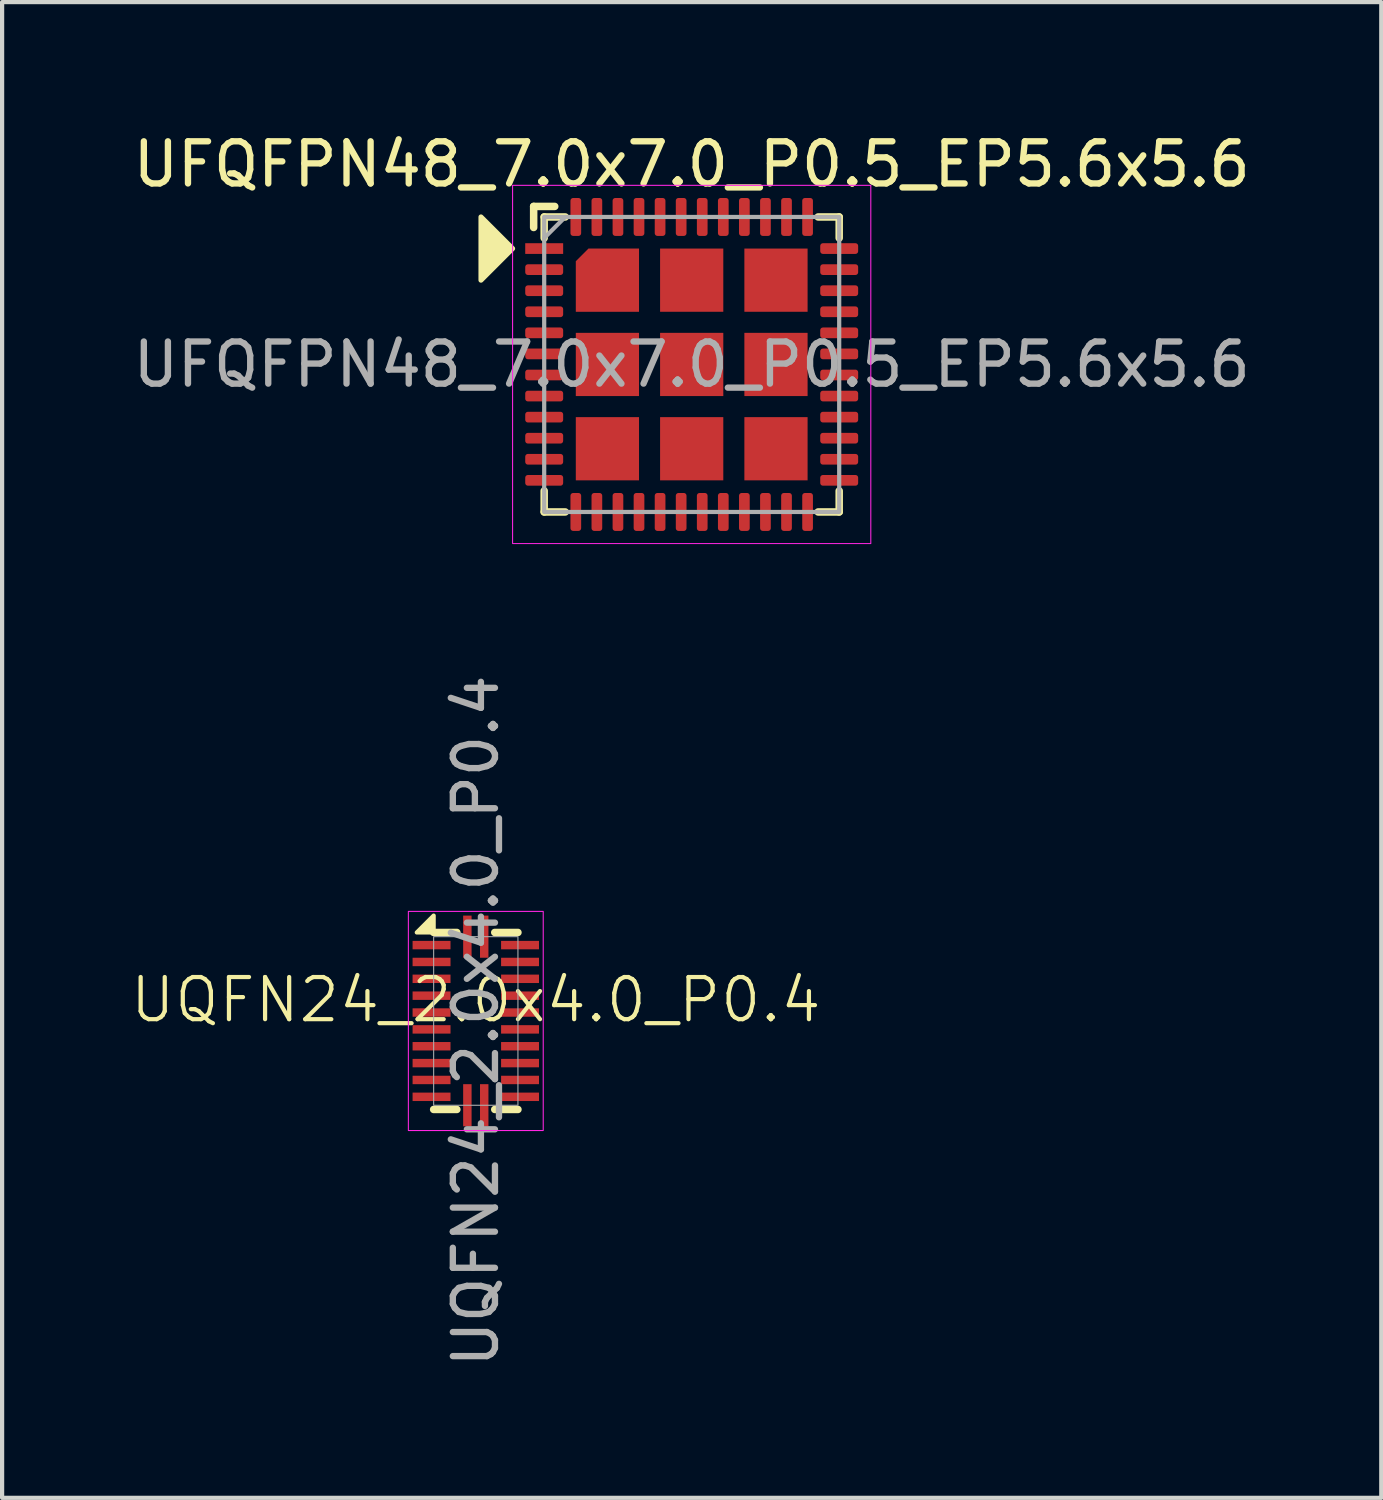
<source format=kicad_pcb>
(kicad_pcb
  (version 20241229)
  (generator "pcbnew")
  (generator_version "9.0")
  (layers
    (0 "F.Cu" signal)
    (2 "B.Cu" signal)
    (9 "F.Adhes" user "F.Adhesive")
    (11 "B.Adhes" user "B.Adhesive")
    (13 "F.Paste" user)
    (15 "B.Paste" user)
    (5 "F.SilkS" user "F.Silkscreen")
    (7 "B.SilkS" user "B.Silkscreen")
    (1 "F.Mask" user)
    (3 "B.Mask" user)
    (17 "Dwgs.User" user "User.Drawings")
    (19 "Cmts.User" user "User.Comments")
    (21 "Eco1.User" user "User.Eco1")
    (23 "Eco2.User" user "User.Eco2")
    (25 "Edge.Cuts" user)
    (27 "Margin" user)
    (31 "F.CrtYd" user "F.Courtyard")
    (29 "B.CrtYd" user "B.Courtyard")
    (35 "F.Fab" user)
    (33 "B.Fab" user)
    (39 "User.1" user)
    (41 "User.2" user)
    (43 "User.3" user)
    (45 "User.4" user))
  (footprint "UQFN24_2.0x4.0_P0.4"
    (layer "F.Cu")
    (at 8.24 21.176)
    (property "Reference" "UQFN24_2.0x4.0_P0.4" (at 0 -0.5 0) (unlocked yes) (layer "F.SilkS") (effects (font (size 1 1) (thickness 0.1))))
    (attr smd)
    (fp_line (start -1 -2.1) (end -0.45 -2.1) (stroke (width 0.178) (type solid)) (layer "F.SilkS"))
    (fp_line (start -1 2.1) (end -0.45 2.1) (stroke (width 0.178) (type solid)) (layer "F.SilkS"))
    (fp_line (start 0.45 -2.1) (end 1 -2.1) (stroke (width 0.178) (type solid)) (layer "F.SilkS"))
    (fp_line (start 0.45 2.1) (end 1 2.1) (stroke (width 0.178) (type solid)) (layer "F.SilkS"))
    (fp_poly (pts (xy -1 -2.1) (xy -1 -2.5) (xy -1.4 -2.1)) (stroke (width 0.1) (type solid)) (fill yes) (layer "F.SilkS"))
    (fp_rect (start -1.6 -2.6) (end 1.6 2.6) (stroke (width 0.025) (type solid)) (fill no) (layer "F.CrtYd"))
    (fp_rect (start -1 -2) (end 1 2) (stroke (width 0.025) (type solid)) (fill no) (layer "F.Fab"))
    (fp_text user "${REFERENCE}" (at 0 0 90) (unlocked yes) (layer "F.Fab") (effects (font (size 1 1) (thickness 0.15))))
    (pad "1" smd rect (at -1.05 -1.8) (size 0.9 0.2) (layers "F.Cu" "F.Mask" "F.Paste"))
    (pad "2" smd rect (at -1.05 -1.4) (size 0.9 0.2) (layers "F.Cu" "F.Mask" "F.Paste"))
    (pad "3" smd rect (at -1.05 -1) (size 0.9 0.2) (layers "F.Cu" "F.Mask" "F.Paste"))
    (pad "4" smd rect (at -1.05 -0.6) (size 0.9 0.2) (layers "F.Cu" "F.Mask" "F.Paste"))
    (pad "5" smd rect (at -1.05 -0.2) (size 0.9 0.2) (layers "F.Cu" "F.Mask" "F.Paste"))
    (pad "6" smd rect (at -1.05 0.2) (size 0.9 0.2) (layers "F.Cu" "F.Mask" "F.Paste"))
    (pad "7" smd rect (at -1.05 0.6) (size 0.9 0.2) (layers "F.Cu" "F.Mask" "F.Paste"))
    (pad "8" smd rect (at -1.05 1) (size 0.9 0.2) (layers "F.Cu" "F.Mask" "F.Paste"))
    (pad "9" smd rect (at -1.05 1.4) (size 0.9 0.2) (layers "F.Cu" "F.Mask" "F.Paste"))
    (pad "10" smd rect (at -1.05 1.8) (size 0.9 0.2) (layers "F.Cu" "F.Mask" "F.Paste"))
    (pad "11" smd rect (at -0.2 2) (size 0.2 1) (layers "F.Cu" "F.Mask" "F.Paste"))
    (pad "12" smd rect (at 0.2 2) (size 0.2 1) (layers "F.Cu" "F.Mask" "F.Paste"))
    (pad "13" smd rect (at 1.05 1.8) (size 0.9 0.2) (layers "F.Cu" "F.Mask" "F.Paste"))
    (pad "14" smd rect (at 1.05 1.4) (size 0.9 0.2) (layers "F.Cu" "F.Mask" "F.Paste"))
    (pad "15" smd rect (at 1.05 1) (size 0.9 0.2) (layers "F.Cu" "F.Mask" "F.Paste"))
    (pad "16" smd rect (at 1.05 0.6) (size 0.9 0.2) (layers "F.Cu" "F.Mask" "F.Paste"))
    (pad "17" smd rect (at 1.05 0.2) (size 0.9 0.2) (layers "F.Cu" "F.Mask" "F.Paste"))
    (pad "18" smd rect (at 1.05 -0.2) (size 0.9 0.2) (layers "F.Cu" "F.Mask" "F.Paste"))
    (pad "19" smd rect (at 1.05 -0.6) (size 0.9 0.2) (layers "F.Cu" "F.Mask" "F.Paste"))
    (pad "20" smd rect (at 1.05 -1) (size 0.9 0.2) (layers "F.Cu" "F.Mask" "F.Paste"))
    (pad "21" smd rect (at 1.05 -1.4) (size 0.9 0.2) (layers "F.Cu" "F.Mask" "F.Paste"))
    (pad "22" smd rect (at 1.05 -1.8) (size 0.9 0.2) (layers "F.Cu" "F.Mask" "F.Paste"))
    (pad "23" smd rect (at 0.2 -2) (size 0.2 1) (layers "F.Cu" "F.Mask" "F.Paste"))
    (pad "24" smd rect (at -0.2 -2) (size 0.2 1) (layers "F.Cu" "F.Mask" "F.Paste")))
  (footprint "UFQFPN48_7.0x7.0_P0.5_EP5.6x5.6"
    (layer "F.Cu")
    (at 13.363 5.598)
    (property "Reference" "UFQFPN48_7.0x7.0_P0.5_EP5.6x5.6" (at 0 -4.75 0) (unlocked yes) (layer "F.SilkS") (effects (font (size 1 1) (thickness 0.15))))
    (attr smd)
    (fp_line (start -3.75 -3.75) (end -3.25 -3.75) (stroke (width 0.178) (type solid)) (layer "F.SilkS"))
    (fp_line (start -3.75 -3.25) (end -3.75 -3.75) (stroke (width 0.178) (type solid)) (layer "F.SilkS"))
    (fp_line (start -3.5 -3.5) (end -3 -3.5) (stroke (width 0.178) (type solid)) (layer "F.SilkS"))
    (fp_line (start -3.5 -3) (end -3.5 -3.5) (stroke (width 0.178) (type solid)) (layer "F.SilkS"))
    (fp_line (start -3.5 3) (end -3.5 3.5) (stroke (width 0.178) (type solid)) (layer "F.SilkS"))
    (fp_line (start -3.5 3.5) (end -3 3.5) (stroke (width 0.178) (type solid)) (layer "F.SilkS"))
    (fp_line (start 3 3.5) (end 3.5 3.5) (stroke (width 0.178) (type solid)) (layer "F.SilkS"))
    (fp_line (start 3.5 -3.5) (end 3 -3.5) (stroke (width 0.178) (type solid)) (layer "F.SilkS"))
    (fp_line (start 3.5 -3) (end 3.5 -3.5) (stroke (width 0.178) (type solid)) (layer "F.SilkS"))
    (fp_line (start 3.5 3.5) (end 3.5 3) (stroke (width 0.178) (type solid)) (layer "F.SilkS"))
    (fp_poly (pts (xy -4.25 -2.75) (xy -5 -2) (xy -5 -3.5)) (stroke (width 0.12) (type solid)) (fill yes) (layer "F.SilkS"))
    (fp_rect (start -4.25 -4.25) (end 4.25 4.25) (stroke (width 0.025) (type solid)) (fill no) (layer "F.CrtYd"))
    (fp_line (start -3.5 -3) (end -3 -3.5) (stroke (width 0.1) (type solid)) (layer "F.Fab"))
    (fp_rect (start -3.5 -3.5) (end 3.5 3.5) (stroke (width 0.1) (type solid)) (fill no) (layer "F.Fab"))
    (fp_text user "${REFERENCE}" (at 0 0 0) (unlocked yes) (layer "F.Fab") (effects (font (size 1 1) (thickness 0.15))))
    (pad "1" smd rect (at -3.5 -2.75) (size 0.9 0.254) (layers "F.Cu" "F.Mask" "F.Paste"))
    (pad "2" smd roundrect (at -3.5 -2.25) (size 0.9 0.254) (layers "F.Cu" "F.Mask" "F.Paste") (roundrect_rratio 0.25))
    (pad "3" smd roundrect (at -3.5 -1.75) (size 0.9 0.254) (layers "F.Cu" "F.Mask" "F.Paste") (roundrect_rratio 0.25))
    (pad "4" smd roundrect (at -3.5 -1.25) (size 0.9 0.254) (layers "F.Cu" "F.Mask" "F.Paste") (roundrect_rratio 0.25))
    (pad "5" smd roundrect (at -3.5 -0.75) (size 0.9 0.254) (layers "F.Cu" "F.Mask" "F.Paste") (roundrect_rratio 0.25))
    (pad "6" smd roundrect (at -3.5 -0.25) (size 0.9 0.254) (layers "F.Cu" "F.Mask" "F.Paste") (roundrect_rratio 0.25))
    (pad "7" smd roundrect (at -3.5 0.25) (size 0.9 0.254) (layers "F.Cu" "F.Mask" "F.Paste") (roundrect_rratio 0.25))
    (pad "8" smd roundrect (at -3.5 0.75) (size 0.9 0.254) (layers "F.Cu" "F.Mask" "F.Paste") (roundrect_rratio 0.25))
    (pad "9" smd roundrect (at -3.5 1.25) (size 0.9 0.254) (layers "F.Cu" "F.Mask" "F.Paste") (roundrect_rratio 0.25))
    (pad "10" smd roundrect (at -3.5 1.75) (size 0.9 0.254) (layers "F.Cu" "F.Mask" "F.Paste") (roundrect_rratio 0.25))
    (pad "11" smd roundrect (at -3.5 2.25) (size 0.9 0.254) (layers "F.Cu" "F.Mask" "F.Paste") (roundrect_rratio 0.25))
    (pad "12" smd roundrect (at -3.5 2.75) (size 0.9 0.254) (layers "F.Cu" "F.Mask" "F.Paste") (roundrect_rratio 0.25))
    (pad "13" smd roundrect (at -2.75 3.5) (size 0.254 0.9) (layers "F.Cu" "F.Mask" "F.Paste") (roundrect_rratio 0.25))
    (pad "14" smd roundrect (at -2.25 3.5) (size 0.254 0.9) (layers "F.Cu" "F.Mask" "F.Paste") (roundrect_rratio 0.25))
    (pad "15" smd roundrect (at -1.75 3.5) (size 0.254 0.9) (layers "F.Cu" "F.Mask" "F.Paste") (roundrect_rratio 0.25))
    (pad "16" smd roundrect (at -1.25 3.5) (size 0.254 0.9) (layers "F.Cu" "F.Mask" "F.Paste") (roundrect_rratio 0.25))
    (pad "17" smd roundrect (at -0.75 3.5) (size 0.254 0.9) (layers "F.Cu" "F.Mask" "F.Paste") (roundrect_rratio 0.25))
    (pad "18" smd roundrect (at -0.25 3.5) (size 0.254 0.9) (layers "F.Cu" "F.Mask" "F.Paste") (roundrect_rratio 0.25))
    (pad "19" smd roundrect (at 0.25 3.5) (size 0.254 0.9) (layers "F.Cu" "F.Mask" "F.Paste") (roundrect_rratio 0.25))
    (pad "20" smd roundrect (at 0.75 3.5) (size 0.254 0.9) (layers "F.Cu" "F.Mask" "F.Paste") (roundrect_rratio 0.25))
    (pad "21" smd roundrect (at 1.25 3.5) (size 0.254 0.9) (layers "F.Cu" "F.Mask" "F.Paste") (roundrect_rratio 0.25))
    (pad "22" smd roundrect (at 1.75 3.5) (size 0.254 0.9) (layers "F.Cu" "F.Mask" "F.Paste") (roundrect_rratio 0.25))
    (pad "23" smd roundrect (at 2.25 3.5) (size 0.254 0.9) (layers "F.Cu" "F.Mask" "F.Paste") (roundrect_rratio 0.25))
    (pad "24" smd roundrect (at 2.75 3.5) (size 0.254 0.9) (layers "F.Cu" "F.Mask" "F.Paste") (roundrect_rratio 0.25))
    (pad "25" smd roundrect (at 3.5 2.75) (size 0.9 0.254) (layers "F.Cu" "F.Mask" "F.Paste") (roundrect_rratio 0.25))
    (pad "26" smd roundrect (at 3.5 2.25) (size 0.9 0.254) (layers "F.Cu" "F.Mask" "F.Paste") (roundrect_rratio 0.25))
    (pad "27" smd roundrect (at 3.5 1.75) (size 0.9 0.254) (layers "F.Cu" "F.Mask" "F.Paste") (roundrect_rratio 0.25))
    (pad "28" smd roundrect (at 3.5 1.25) (size 0.9 0.254) (layers "F.Cu" "F.Mask" "F.Paste") (roundrect_rratio 0.25))
    (pad "29" smd roundrect (at 3.5 0.75) (size 0.9 0.254) (layers "F.Cu" "F.Mask" "F.Paste") (roundrect_rratio 0.25))
    (pad "30" smd roundrect (at 3.5 0.25) (size 0.9 0.254) (layers "F.Cu" "F.Mask" "F.Paste") (roundrect_rratio 0.25))
    (pad "31" smd roundrect (at 3.5 -0.25) (size 0.9 0.254) (layers "F.Cu" "F.Mask" "F.Paste") (roundrect_rratio 0.25))
    (pad "32" smd roundrect (at 3.5 -0.75) (size 0.9 0.254) (layers "F.Cu" "F.Mask" "F.Paste") (roundrect_rratio 0.25))
    (pad "33" smd roundrect (at 3.5 -1.25) (size 0.9 0.254) (layers "F.Cu" "F.Mask" "F.Paste") (roundrect_rratio 0.25))
    (pad "34" smd roundrect (at 3.5 -1.75) (size 0.9 0.254) (layers "F.Cu" "F.Mask" "F.Paste") (roundrect_rratio 0.25))
    (pad "35" smd roundrect (at 3.5 -2.25) (size 0.9 0.254) (layers "F.Cu" "F.Mask" "F.Paste") (roundrect_rratio 0.25))
    (pad "36" smd roundrect (at 3.5 -2.75) (size 0.9 0.254) (layers "F.Cu" "F.Mask" "F.Paste") (roundrect_rratio 0.25))
    (pad "37" smd roundrect (at 2.75 -3.5) (size 0.254 0.9) (layers "F.Cu" "F.Mask" "F.Paste") (roundrect_rratio 0.25))
    (pad "38" smd roundrect (at 2.25 -3.5) (size 0.254 0.9) (layers "F.Cu" "F.Mask" "F.Paste") (roundrect_rratio 0.25))
    (pad "39" smd roundrect (at 1.75 -3.5) (size 0.254 0.9) (layers "F.Cu" "F.Mask" "F.Paste") (roundrect_rratio 0.25))
    (pad "40" smd roundrect (at 1.25 -3.5) (size 0.254 0.9) (layers "F.Cu" "F.Mask" "F.Paste") (roundrect_rratio 0.25))
    (pad "41" smd roundrect (at 0.75 -3.5) (size 0.254 0.9) (layers "F.Cu" "F.Mask" "F.Paste") (roundrect_rratio 0.25))
    (pad "42" smd roundrect (at 0.25 -3.5) (size 0.254 0.9) (layers "F.Cu" "F.Mask" "F.Paste") (roundrect_rratio 0.25))
    (pad "43" smd roundrect (at -0.25 -3.5) (size 0.254 0.9) (layers "F.Cu" "F.Mask" "F.Paste") (roundrect_rratio 0.25))
    (pad "44" smd roundrect (at -0.75 -3.5) (size 0.254 0.9) (layers "F.Cu" "F.Mask" "F.Paste") (roundrect_rratio 0.25))
    (pad "45" smd roundrect (at -1.25 -3.5) (size 0.254 0.9) (layers "F.Cu" "F.Mask" "F.Paste") (roundrect_rratio 0.25))
    (pad "46" smd roundrect (at -1.75 -3.5) (size 0.254 0.9) (layers "F.Cu" "F.Mask" "F.Paste") (roundrect_rratio 0.25))
    (pad "47" smd roundrect (at -2.25 -3.5) (size 0.254 0.9) (layers "F.Cu" "F.Mask" "F.Paste") (roundrect_rratio 0.25))
    (pad "48" smd roundrect (at -2.75 -3.5) (size 0.254 0.9) (layers "F.Cu" "F.Mask" "F.Paste") (roundrect_rratio 0.25))
    (pad "49" smd roundrect (at -2 -2) (size 1.5 1.5) (layers "F.Cu" "F.Mask" "F.Paste") (roundrect_rratio 0) (chamfer_ratio 0.2) (chamfer top_left))
    (pad "49" smd rect (at -2 0) (size 1.5 1.5) (layers "F.Cu" "F.Mask" "F.Paste"))
    (pad "49" smd rect (at -2 2) (size 1.5 1.5) (layers "F.Cu" "F.Mask" "F.Paste"))
    (pad "49" smd rect (at 0 -2) (size 1.5 1.5) (layers "F.Cu" "F.Mask" "F.Paste"))
    (pad "49" smd rect (at 0 0) (size 1.5 1.5) (layers "F.Cu" "F.Mask" "F.Paste"))
    (pad "49" smd rect (at 0 2) (size 1.5 1.5) (layers "F.Cu" "F.Mask" "F.Paste"))
    (pad "49" smd rect (at 2 -2) (size 1.5 1.5) (layers "F.Cu" "F.Mask" "F.Paste"))
    (pad "49" smd rect (at 2 0) (size 1.5 1.5) (layers "F.Cu" "F.Mask" "F.Paste"))
    (pad "49" smd rect (at 2 2) (size 1.5 1.5) (layers "F.Cu" "F.Mask" "F.Paste")))
  (gr_rect
    (start -3 -3)
    (end 29.726 32.492)
    (stroke (width 0.1) (type default))
    (fill no)
    (layer "Edge.Cuts")))
</source>
